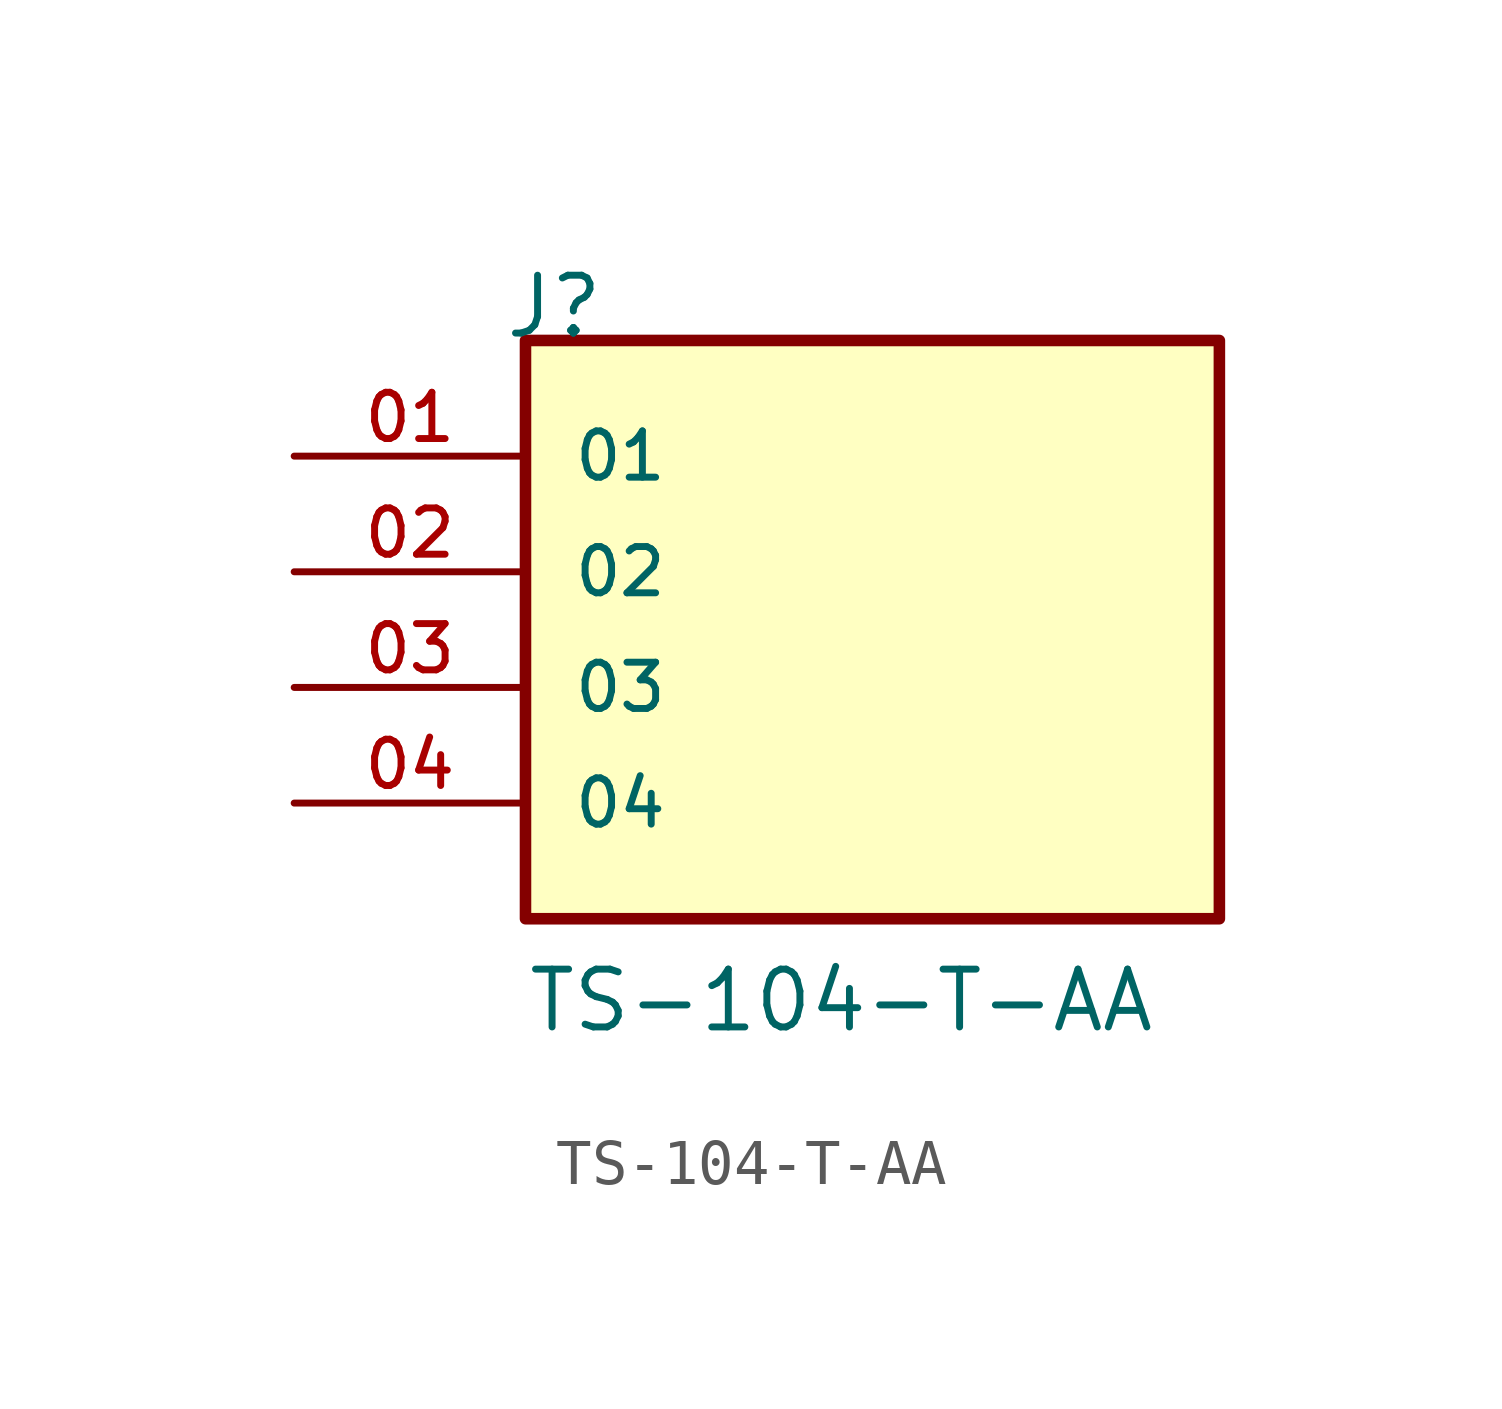
<source format=kicad_sym>
(kicad_symbol_lib
  (version 20211014)
  (generator kicad_symbol_editor)
  (symbol "TS-104-T-AA"
    (pin_names
      (offset 1.016))
    (property "Reference" "J"
      (at -8.12 7.62 0)
      (effects (font (size 1.27 1.27)) (justify bottom left)))
    (property "Value" "TS-104-T-AA"
      (at -7.62 -7.62 0)
      (effects (font (size 1.27 1.27)) (justify bottom left)))
    (symbol "TS-104-T-AA_0_0"
      (rectangle (start -7.62 -5.08) (end 7.62 7.62) (stroke (width 0.254)) (fill (type background)))
      (pin passive line (at -12.7 5.08 0) (length 5.08) (name "01" (effects (font (size 1.016 1.016)))) (number "01" (effects (font (size 1.016 1.016)))))
      (pin passive line (at -12.7 2.54 0) (length 5.08) (name "02" (effects (font (size 1.016 1.016)))) (number "02" (effects (font (size 1.016 1.016)))))
      (pin passive line (at -12.7 0.0 0) (length 5.08) (name "03" (effects (font (size 1.016 1.016)))) (number "03" (effects (font (size 1.016 1.016)))))
      (pin passive line (at -12.7 -2.54 0) (length 5.08) (name "04" (effects (font (size 1.016 1.016)))) (number "04" (effects (font (size 1.016 1.016))))))))
</source>
